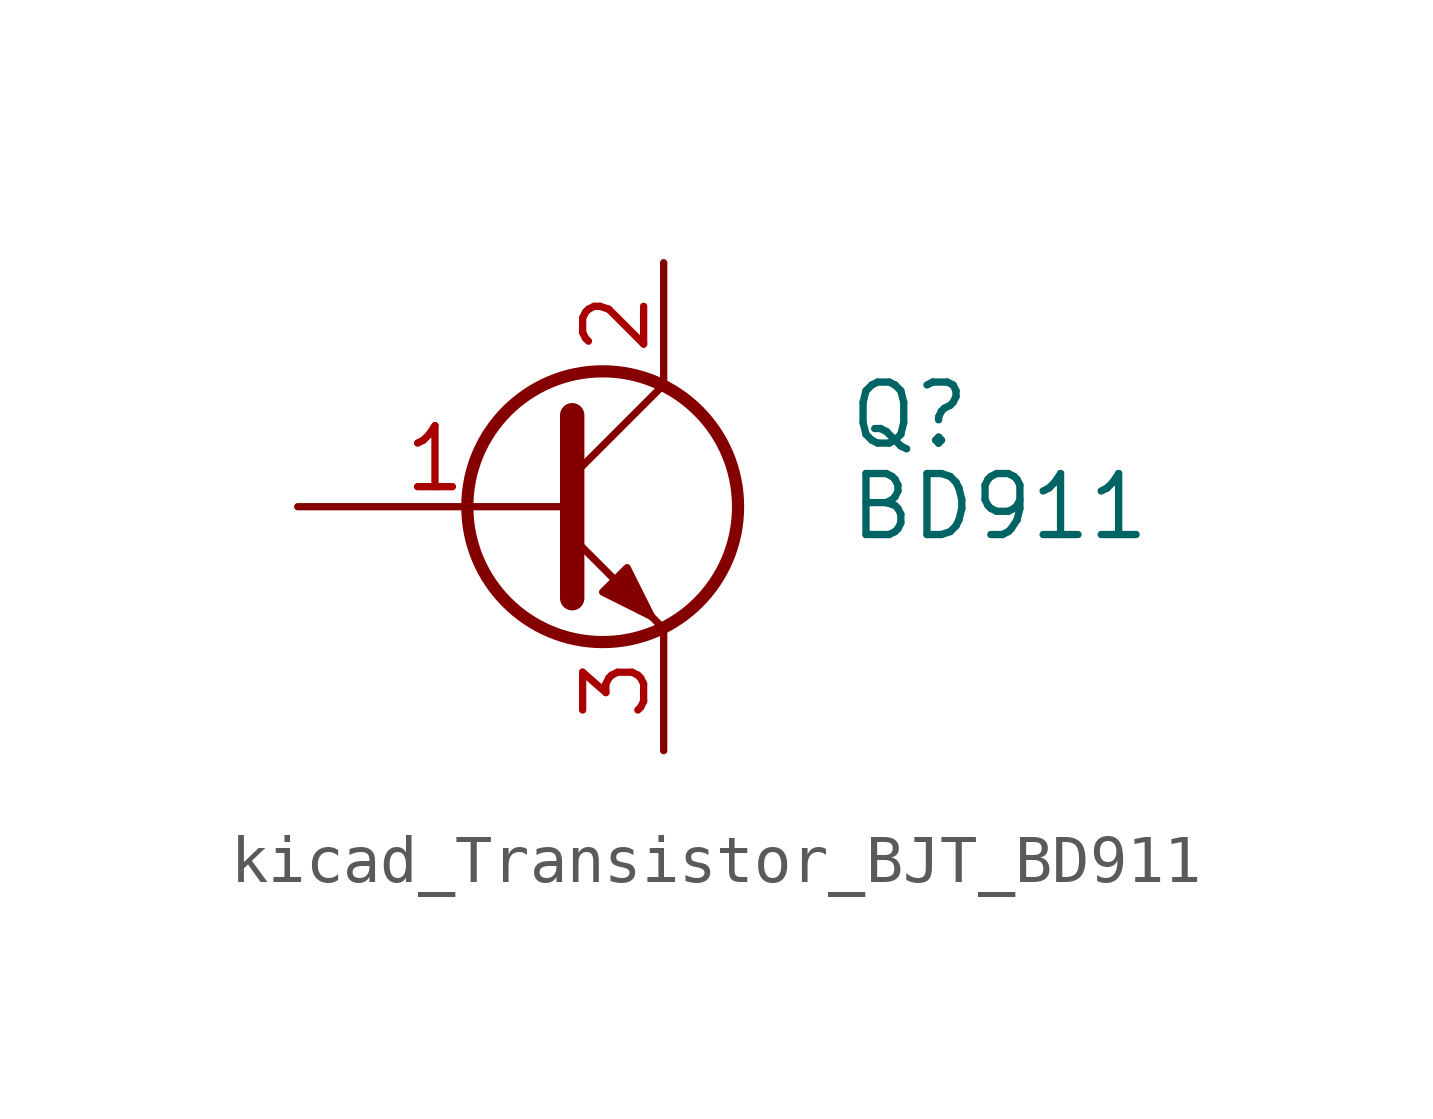
<source format=kicad_sym>
(kicad_symbol_lib
  (version 20220914)
  (generator kicad_symbol_editor)
  (symbol "kicad_Transistor_BJT_BD911"
    (pin_names
      (offset 0) hide)
    (property "Reference" "Q"
      (at 6.35 1.905 0)
      (effects (font (size 1.27 1.27)) (justify left)))
    (property "Value" "BD911"
      (at 6.35 0 0)
      (effects (font (size 1.27 1.27)) (justify left)))
    (symbol "kicad_Transistor_BJT_BD911_0_1"
      (polyline (pts (xy 0.635 0.635) (xy 2.54 2.54)) (stroke (width 0) (type default)) (fill (type none)))
      (polyline (pts (xy 0.635 -0.635) (xy 2.54 -2.54) (xy 2.54 -2.54)) (stroke (width 0) (type default)) (fill (type none)))
      (polyline (pts (xy 0.635 1.905) (xy 0.635 -1.905) (xy 0.635 -1.905)) (stroke (width 0.508) (type default)) (fill (type none)))
      (polyline (pts (xy 1.27 -1.778) (xy 1.778 -1.27) (xy 2.286 -2.286) (xy 1.27 -1.778) (xy 1.27 -1.778)) (stroke (width 0) (type default)) (fill (type outline)))
      (circle (center 1.27 0) (radius 2.819) (stroke (width 0.254) (type default)) (fill (type none))))
    (symbol "kicad_Transistor_BJT_BD911_1_1"
      (pin input line (at -5.08 0 0) (length 5.715) (name "B" (effects (font (size 1.27 1.27)))) (number "1" (effects (font (size 1.27 1.27)))))
      (pin passive line (at 2.54 5.08 270) (length 2.54) (name "C" (effects (font (size 1.27 1.27)))) (number "2" (effects (font (size 1.27 1.27)))))
      (pin passive line (at 2.54 -5.08 90) (length 2.54) (name "E" (effects (font (size 1.27 1.27)))) (number "3" (effects (font (size 1.27 1.27))))))))
</source>
